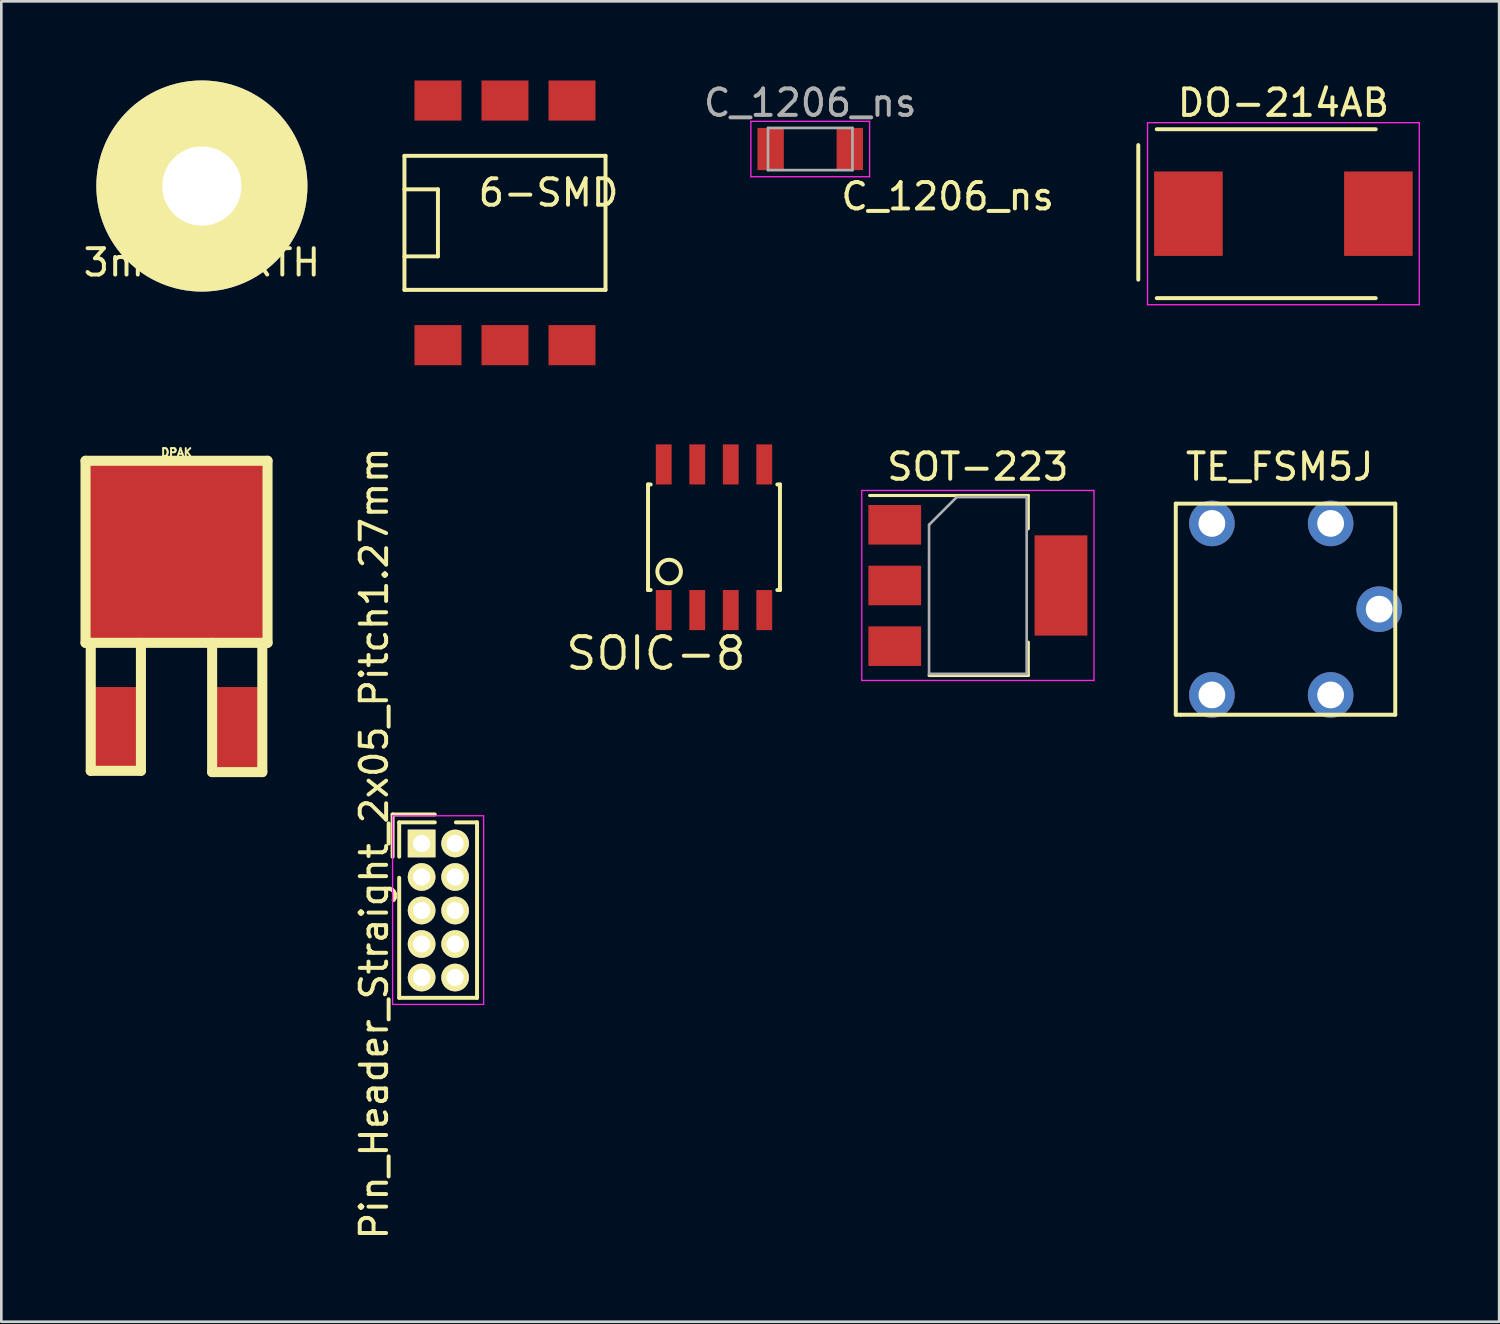
<source format=kicad_pcb>
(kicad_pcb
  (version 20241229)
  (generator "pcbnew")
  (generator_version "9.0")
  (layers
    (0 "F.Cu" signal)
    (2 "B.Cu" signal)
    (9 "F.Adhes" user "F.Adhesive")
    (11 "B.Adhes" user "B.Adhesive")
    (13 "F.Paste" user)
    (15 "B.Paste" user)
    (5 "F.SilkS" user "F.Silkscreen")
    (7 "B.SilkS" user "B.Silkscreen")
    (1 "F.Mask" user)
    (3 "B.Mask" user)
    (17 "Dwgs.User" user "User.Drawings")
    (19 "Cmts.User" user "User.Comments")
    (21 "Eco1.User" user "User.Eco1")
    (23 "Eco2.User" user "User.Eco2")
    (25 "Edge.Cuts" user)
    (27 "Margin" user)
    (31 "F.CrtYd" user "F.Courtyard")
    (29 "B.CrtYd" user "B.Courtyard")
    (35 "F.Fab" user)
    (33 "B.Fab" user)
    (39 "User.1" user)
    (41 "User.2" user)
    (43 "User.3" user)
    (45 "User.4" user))
  (footprint "TE_FSM5J"
    (layer "F.Cu")
    (at 45.127 20.036)
    (property "Reference" "TE_FSM5J" (at 0.318 -5.397 0) (layer "F.SilkS") (effects (font (size 1 1) (thickness 0.15))))
    (attr through_hole)
    (fp_line (start -3.619 -4) (end 4.699 -4) (stroke (width 0.15) (type solid)) (layer "F.SilkS"))
    (fp_line (start -3.619 4) (end -3.619 -4) (stroke (width 0.15) (type solid)) (layer "F.SilkS"))
    (fp_line (start -3.429 4) (end -3.619 4) (stroke (width 0.15) (type solid)) (layer "F.SilkS"))
    (fp_line (start 4.699 -4) (end 4.699 4) (stroke (width 0.15) (type solid)) (layer "F.SilkS"))
    (fp_line (start 4.699 4) (end -3.429 4) (stroke (width 0.15) (type solid)) (layer "F.SilkS"))
    (pad "1" thru_hole oval (at -2.25 -3.25) (size 1.727 1.727) (drill 1.016) (layers "*.Cu" "*.Mask"))
    (pad "2" thru_hole oval (at -2.25 3.25) (size 1.727 1.727) (drill 1.016) (layers "*.Cu" "*.Mask"))
    (pad "3" thru_hole oval (at 2.25 -3.25) (size 1.727 1.727) (drill 1.016) (layers "*.Cu" "*.Mask"))
    (pad "4" thru_hole oval (at 2.25 3.25) (size 1.727 1.727) (drill 1.016) (layers "*.Cu" "*.Mask"))
    (pad "5" thru_hole oval (at 4.09 0) (size 1.727 1.727) (drill 1.016) (layers "*.Cu" "*.Mask")))
  (footprint "C_1206_ns"
    (layer "F.Cu")
    (at 27.655 2.598)
    (property "Reference" "C_1206_ns" (at 5.209 1.796 0) (layer "F.SilkS") (effects (font (size 1 1) (thickness 0.15))))
    (attr smd)
    (fp_line (start -2.25 -1.05) (end -2.25 1.05) (stroke (width 0.05) (type solid)) (layer "F.CrtYd"))
    (fp_line (start -2.25 -1.05) (end 2.25 -1.05) (stroke (width 0.05) (type solid)) (layer "F.CrtYd"))
    (fp_line (start 2.25 1.05) (end -2.25 1.05) (stroke (width 0.05) (type solid)) (layer "F.CrtYd"))
    (fp_line (start 2.25 1.05) (end 2.25 -1.05) (stroke (width 0.05) (type solid)) (layer "F.CrtYd"))
    (fp_line (start -1.6 -0.8) (end 1.6 -0.8) (stroke (width 0.1) (type solid)) (layer "F.Fab"))
    (fp_line (start -1.6 0.8) (end -1.6 -0.8) (stroke (width 0.1) (type solid)) (layer "F.Fab"))
    (fp_line (start 1.6 -0.8) (end 1.6 0.8) (stroke (width 0.1) (type solid)) (layer "F.Fab"))
    (fp_line (start 1.6 0.8) (end -1.6 0.8) (stroke (width 0.1) (type solid)) (layer "F.Fab"))
    (fp_text user "${REFERENCE}" (at 0 -1.75 0) (layer "F.Fab") (effects (font (size 1 1) (thickness 0.15))))
    (pad "1" smd rect (at -1.5 0) (size 1 1.6) (layers "F.Cu" "F.Mask" "F.Paste"))
    (pad "2" smd rect (at 1.5 0) (size 1 1.6) (layers "F.Cu" "F.Mask" "F.Paste")))
  (footprint "Pin_Header_Straight_2x05_Pitch1.27mm"
    (layer "F.Cu")
    (at 12.928 28.915)
    (property "Reference" "Pin_Header_Straight_2x05_Pitch1.27mm" (at -1.8 0 90) (layer "F.SilkS") (effects (font (size 1 1) (thickness 0.15))))
    (attr through_hole)
    (fp_line (start -1.1 -1.1) (end 0.5 -1.1) (stroke (width 0.15) (type solid)) (layer "F.SilkS"))
    (fp_line (start -1.1 0.5) (end -1.1 -1.1) (stroke (width 0.15) (type solid)) (layer "F.SilkS"))
    (fp_line (start -0.85 -0.8) (end -0.85 0.5) (stroke (width 0.15) (type solid)) (layer "F.SilkS"))
    (fp_line (start -0.85 5.85) (end -0.85 1.3) (stroke (width 0.15) (type solid)) (layer "F.SilkS"))
    (fp_line (start 0.5 -0.8) (end -0.85 -0.8) (stroke (width 0.15) (type solid)) (layer "F.SilkS"))
    (fp_line (start 2.1 -0.8) (end 1.3 -0.8) (stroke (width 0.15) (type solid)) (layer "F.SilkS"))
    (fp_line (start 2.1 5.85) (end -0.85 5.85) (stroke (width 0.15) (type solid)) (layer "F.SilkS"))
    (fp_line (start 2.1 5.85) (end 2.1 -0.8) (stroke (width 0.15) (type solid)) (layer "F.SilkS"))
    (fp_line (start -1.1 -1.05) (end -1.1 6.1) (stroke (width 0.05) (type solid)) (layer "F.CrtYd"))
    (fp_line (start -1.1 -1.05) (end 2.35 -1.05) (stroke (width 0.05) (type solid)) (layer "F.CrtYd"))
    (fp_line (start -1.1 6.1) (end 2.35 6.1) (stroke (width 0.05) (type solid)) (layer "F.CrtYd"))
    (fp_line (start 2.35 -1.05) (end 2.35 6.1) (stroke (width 0.05) (type solid)) (layer "F.CrtYd"))
    (pad "1" thru_hole rect (at 0 0) (size 1.05 1.05) (drill 0.65) (layers "*.Cu" "*.Mask" "F.SilkS"))
    (pad "2" thru_hole circle (at 1.27 0) (size 1.05 1.05) (drill 0.65) (layers "*.Cu" "*.Mask" "F.SilkS"))
    (pad "3" thru_hole circle (at 0 1.27) (size 1.05 1.05) (drill 0.65) (layers "*.Cu" "*.Mask" "F.SilkS"))
    (pad "4" thru_hole circle (at 1.27 1.27) (size 1.05 1.05) (drill 0.65) (layers "*.Cu" "*.Mask" "F.SilkS"))
    (pad "5" thru_hole circle (at 0 2.54) (size 1.05 1.05) (drill 0.65) (layers "*.Cu" "*.Mask" "F.SilkS"))
    (pad "6" thru_hole circle (at 1.27 2.54) (size 1.05 1.05) (drill 0.65) (layers "*.Cu" "*.Mask" "F.SilkS"))
    (pad "7" thru_hole circle (at 0 3.81) (size 1.05 1.05) (drill 0.65) (layers "*.Cu" "*.Mask" "F.SilkS"))
    (pad "8" thru_hole circle (at 1.27 3.81) (size 1.05 1.05) (drill 0.65) (layers "*.Cu" "*.Mask" "F.SilkS"))
    (pad "9" thru_hole circle (at 0 5.08) (size 1.05 1.05) (drill 0.65) (layers "*.Cu" "*.Mask" "F.SilkS"))
    (pad "10" thru_hole circle (at 1.27 5.08) (size 1.05 1.05) (drill 0.65) (layers "*.Cu" "*.Mask" "F.SilkS")))
  (footprint "DPAK"
    (layer "F.Cu")
    (at 3.64 24.511)
    (property "Reference" "DPAK" (at 0 -10.414 0) (layer "F.SilkS") (effects (font (size 0.3 0.3) (thickness 0.076))))
    (attr smd)
    (fp_line (start -3.449 -10.099) (end 3.449 -10.099) (stroke (width 0.381) (type solid)) (layer "F.SilkS"))
    (fp_line (start -3.449 -3.2) (end -3.449 -10.099) (stroke (width 0.381) (type solid)) (layer "F.SilkS"))
    (fp_line (start -3.251 1.651) (end -3.251 -3.2) (stroke (width 0.381) (type solid)) (layer "F.SilkS"))
    (fp_line (start -3.251 1.651) (end -1.349 1.651) (stroke (width 0.381) (type solid)) (layer "F.SilkS"))
    (fp_line (start -1.349 1.651) (end -1.349 -3.2) (stroke (width 0.381) (type solid)) (layer "F.SilkS"))
    (fp_line (start 1.349 1.699) (end 1.349 -3.2) (stroke (width 0.381) (type solid)) (layer "F.SilkS"))
    (fp_line (start 1.349 1.699) (end 3.251 1.699) (stroke (width 0.381) (type solid)) (layer "F.SilkS"))
    (fp_line (start 3.251 1.699) (end 3.251 -3.2) (stroke (width 0.381) (type solid)) (layer "F.SilkS"))
    (fp_line (start 3.449 -10.099) (end 3.449 -3.2) (stroke (width 0.381) (type solid)) (layer "F.SilkS"))
    (fp_line (start 3.449 -3.2) (end -3.449 -3.2) (stroke (width 0.381) (type solid)) (layer "F.SilkS"))
    (pad "1" smd rect (at -2.301 0) (size 1.651 3.048) (layers "F.Cu" "F.Mask" "F.Paste"))
    (pad "2" smd rect (at 2.301 0) (size 1.651 3.048) (layers "F.Cu" "F.Mask" "F.Paste"))
    (pad "3" smd rect (at 0 -6.65) (size 6.701 6.701) (layers "F.Cu" "F.Mask" "F.Paste")))
  (footprint "DO-214AB"
    (layer "F.Cu")
    (at 45.587 5.048)
    (property "Reference" "DO-214AB" (at 0 -4.2 0) (layer "F.SilkS") (effects (font (size 1 1) (thickness 0.15))))
    (attr smd)
    (fp_line (start -5.5 -2.6) (end -5.5 2.5) (stroke (width 0.15) (type solid)) (layer "F.SilkS"))
    (fp_line (start -4.8 -3.2) (end 3.5 -3.2) (stroke (width 0.15) (type solid)) (layer "F.SilkS"))
    (fp_line (start 3.5 3.2) (end -4.8 3.2) (stroke (width 0.15) (type solid)) (layer "F.SilkS"))
    (fp_line (start -5.15 -3.45) (end 5.15 -3.45) (stroke (width 0.05) (type solid)) (layer "F.CrtYd"))
    (fp_line (start -5.15 3.45) (end -5.15 -3.45) (stroke (width 0.05) (type solid)) (layer "F.CrtYd"))
    (fp_line (start 5.15 -3.45) (end 5.15 3.45) (stroke (width 0.05) (type solid)) (layer "F.CrtYd"))
    (fp_line (start 5.15 3.45) (end -5.15 3.45) (stroke (width 0.05) (type solid)) (layer "F.CrtYd"))
    (pad "1" smd rect (at -3.6 0) (size 2.6 3.2) (layers "F.Cu" "F.Mask" "F.Paste"))
    (pad "2" smd rect (at 3.6 0) (size 2.6 3.2) (layers "F.Cu" "F.Mask" "F.Paste")))
  (footprint "SOT-223"
    (layer "F.Cu")
    (at 34.008 19.138)
    (property "Reference" "SOT-223" (at 0 -4.5 0) (layer "F.SilkS") (effects (font (size 1 1) (thickness 0.15))))
    (attr smd)
    (fp_line (start -4.1 -3.41) (end 1.91 -3.41) (stroke (width 0.12) (type solid)) (layer "F.SilkS"))
    (fp_line (start -1.85 3.41) (end 1.91 3.41) (stroke (width 0.12) (type solid)) (layer "F.SilkS"))
    (fp_line (start 1.91 -3.41) (end 1.91 -2.15) (stroke (width 0.12) (type solid)) (layer "F.SilkS"))
    (fp_line (start 1.91 3.41) (end 1.91 2.15) (stroke (width 0.12) (type solid)) (layer "F.SilkS"))
    (fp_line (start -4.4 -3.6) (end -4.4 3.6) (stroke (width 0.05) (type solid)) (layer "F.CrtYd"))
    (fp_line (start -4.4 3.6) (end 4.4 3.6) (stroke (width 0.05) (type solid)) (layer "F.CrtYd"))
    (fp_line (start 4.4 -3.6) (end -4.4 -3.6) (stroke (width 0.05) (type solid)) (layer "F.CrtYd"))
    (fp_line (start 4.4 3.6) (end 4.4 -3.6) (stroke (width 0.05) (type solid)) (layer "F.CrtYd"))
    (fp_line (start -1.85 -2.3) (end -1.85 3.35) (stroke (width 0.1) (type solid)) (layer "F.Fab"))
    (fp_line (start -1.85 -2.3) (end -0.8 -3.35) (stroke (width 0.1) (type solid)) (layer "F.Fab"))
    (fp_line (start -1.85 3.35) (end 1.85 3.35) (stroke (width 0.1) (type solid)) (layer "F.Fab"))
    (fp_line (start -0.8 -3.35) (end 1.85 -3.35) (stroke (width 0.1) (type solid)) (layer "F.Fab"))
    (fp_line (start 1.85 -3.35) (end 1.85 3.35) (stroke (width 0.1) (type solid)) (layer "F.Fab"))
    (pad "1" smd rect (at -3.15 -2.3) (size 2 1.5) (layers "F.Cu" "F.Mask" "F.Paste"))
    (pad "2" smd rect (at -3.15 0) (size 2 1.5) (layers "F.Cu" "F.Mask" "F.Paste"))
    (pad "3" smd rect (at -3.15 2.3) (size 2 1.5) (layers "F.Cu" "F.Mask" "F.Paste"))
    (pad "4" smd rect (at 3.15 0) (size 2 3.8) (layers "F.Cu" "F.Mask" "F.Paste")))
  (footprint "3mm_EARTH"
    (layer "F.Cu")
    (at 4.601 4)
    (property "Reference" "3mm_EARTH" (at 0 2.9 0) (layer "F.SilkS") (effects (font (size 1 1) (thickness 0.15))))
    (attr through_hole)
    (pad "1" thru_hole circle (at 0 0) (size 8 8) (drill 3) (layers "*.Cu" "*.Mask" "F.SilkS")))
  (footprint "6-SMD"
    (layer "F.Cu")
    (at 17.357 5.395)
    (property "Reference" "6-SMD" (at 0.381 -1.143 0) (layer "F.SilkS") (effects (font (size 1 1) (thickness 0.15))))
    (attr smd)
    (fp_line (start -5.08 -2.54) (end -5.08 2.54) (stroke (width 0.15) (type solid)) (layer "F.SilkS"))
    (fp_line (start -5.08 -1.27) (end -3.81 -1.27) (stroke (width 0.15) (type solid)) (layer "F.SilkS"))
    (fp_line (start -5.08 2.54) (end 2.54 2.54) (stroke (width 0.15) (type solid)) (layer "F.SilkS"))
    (fp_line (start -3.81 -1.27) (end -3.81 1.27) (stroke (width 0.15) (type solid)) (layer "F.SilkS"))
    (fp_line (start -3.81 1.27) (end -5.08 1.27) (stroke (width 0.15) (type solid)) (layer "F.SilkS"))
    (fp_line (start 2.54 -2.54) (end -5.08 -2.54) (stroke (width 0.15) (type solid)) (layer "F.SilkS"))
    (fp_line (start 2.54 2.54) (end 2.54 -2.54) (stroke (width 0.15) (type solid)) (layer "F.SilkS"))
    (pad "1" smd rect (at -3.81 4.635) (size 1.78 1.52) (layers "F.Cu" "F.Mask" "F.Paste"))
    (pad "2" smd rect (at -1.27 4.635) (size 1.78 1.52) (layers "F.Cu" "F.Mask" "F.Paste"))
    (pad "3" smd rect (at 1.27 4.635) (size 1.78 1.52) (layers "F.Cu" "F.Mask" "F.Paste"))
    (pad "4" smd rect (at 1.27 -4.635) (size 1.78 1.52) (layers "F.Cu" "F.Mask" "F.Paste"))
    (pad "5" smd rect (at -1.27 -4.635) (size 1.78 1.52) (layers "F.Cu" "F.Mask" "F.Paste"))
    (pad "6" smd rect (at -3.81 -4.635) (size 1.78 1.52) (layers "F.Cu" "F.Mask" "F.Paste")))
  (footprint "SOIC-8"
    (layer "F.Cu")
    (at 24.008 17.31)
    (property "Reference" "SOIC-8" (at -2.2 4.4 180) (layer "F.SilkS") (effects (font (size 1.2 1.2) (thickness 0.15))))
    (attr through_hole)
    (fp_line (start -2.5 -2) (end -2.5 2) (stroke (width 0.15) (type solid)) (layer "F.SilkS"))
    (fp_line (start -2.5 2) (end -2.4 2) (stroke (width 0.15) (type solid)) (layer "F.SilkS"))
    (fp_line (start -2.4 -2) (end -2.5 -2) (stroke (width 0.15) (type solid)) (layer "F.SilkS"))
    (fp_line (start 2.5 -2) (end 2.4 -2) (stroke (width 0.15) (type solid)) (layer "F.SilkS"))
    (fp_line (start 2.5 -2) (end 2.5 2) (stroke (width 0.15) (type solid)) (layer "F.SilkS"))
    (fp_line (start 2.5 2) (end 2.4 2) (stroke (width 0.15) (type solid)) (layer "F.SilkS"))
    (fp_circle (center -1.7 1.3) (end -2.1 1.5) (stroke (width 0.15) (type solid)) (fill no) (layer "F.SilkS"))
    (pad "1" smd rect (at -1.905 2.76) (size 0.6 1.52) (layers "F.Cu" "F.Mask" "F.Paste"))
    (pad "2" smd rect (at -0.635 2.76) (size 0.6 1.52) (layers "F.Cu" "F.Mask" "F.Paste"))
    (pad "3" smd rect (at 0.635 2.76) (size 0.6 1.52) (layers "F.Cu" "F.Mask" "F.Paste"))
    (pad "4" smd rect (at 1.905 2.76) (size 0.6 1.52) (layers "F.Cu" "F.Mask" "F.Paste"))
    (pad "5" smd rect (at 1.905 -2.76) (size 0.6 1.52) (layers "F.Cu" "F.Mask" "F.Paste"))
    (pad "6" smd rect (at 0.635 -2.76) (size 0.6 1.52) (layers "F.Cu" "F.Mask" "F.Paste"))
    (pad "7" smd rect (at -0.635 -2.76) (size 0.6 1.52) (layers "F.Cu" "F.Mask" "F.Paste"))
    (pad "8" smd rect (at -1.905 -2.76) (size 0.6 1.52) (layers "F.Cu" "F.Mask" "F.Paste")))
  (gr_rect
    (start -3 -3)
    (end 53.762 47.04)
    (stroke (width 0.1) (type default))
    (fill no)
    (layer "Edge.Cuts")))
</source>
